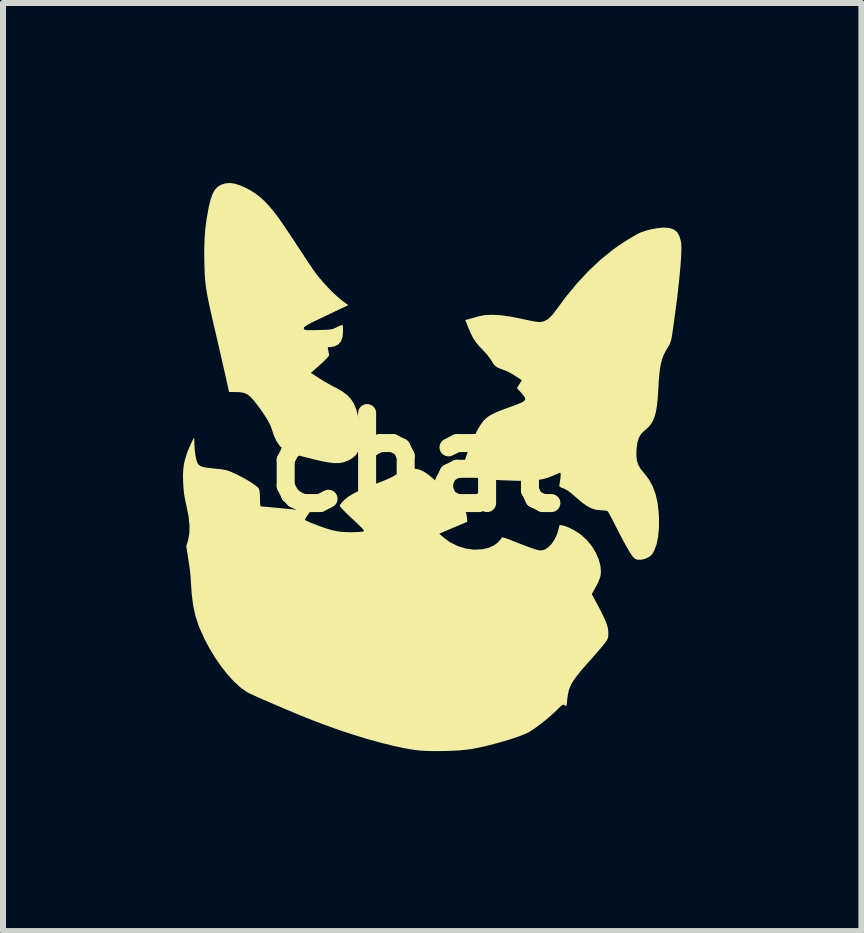
<source format=kicad_pcb>
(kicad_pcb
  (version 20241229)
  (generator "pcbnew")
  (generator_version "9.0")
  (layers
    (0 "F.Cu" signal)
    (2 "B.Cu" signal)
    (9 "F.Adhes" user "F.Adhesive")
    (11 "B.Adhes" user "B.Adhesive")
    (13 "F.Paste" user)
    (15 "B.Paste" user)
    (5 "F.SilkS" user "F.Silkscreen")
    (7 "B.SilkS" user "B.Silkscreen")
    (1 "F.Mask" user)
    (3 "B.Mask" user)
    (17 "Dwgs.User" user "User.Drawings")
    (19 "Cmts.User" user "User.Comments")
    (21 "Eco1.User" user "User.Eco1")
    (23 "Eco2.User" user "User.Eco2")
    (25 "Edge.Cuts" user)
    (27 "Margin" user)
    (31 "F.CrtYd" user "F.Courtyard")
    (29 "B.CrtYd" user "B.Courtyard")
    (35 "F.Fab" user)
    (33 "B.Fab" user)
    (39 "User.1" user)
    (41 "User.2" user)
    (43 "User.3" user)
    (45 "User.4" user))
  (footprint "chat"
    (layer "F.Cu")
    (at 3.855 4.657)
    (property "Reference" "chat" (at 0 0 0) (layer "F.SilkS") (effects (font (size 1.5 1.5) (thickness 0.3))))
    (attr board_only exclude_from_pos_files exclude_from_bom)
    (fp_poly (pts (xy -2.99 -4.645) (xy -2.891 -4.612) (xy -2.824 -4.583) (xy -2.735 -4.536) (xy -2.652 -4.484) (xy -2.573 -4.424) (xy -2.495 -4.354) (xy -2.417 -4.271) (xy -2.336 -4.173) (xy -2.248 -4.056) (xy -2.153 -3.918) (xy -2.081 -3.81) (xy -1.99 -3.673) (xy -1.914 -3.557) (xy -1.85 -3.46) (xy -1.798 -3.38) (xy -1.754 -3.315) (xy -1.718 -3.262) (xy -1.689 -3.219) (xy -1.664 -3.184) (xy -1.643 -3.155) (xy -1.623 -3.129) (xy -1.603 -3.103) (xy -1.59 -3.087) (xy -1.519 -3.002) (xy -1.438 -2.915) (xy -1.355 -2.83) (xy -1.274 -2.756) (xy -1.202 -2.696) (xy -1.19 -2.687) (xy -1.099 -2.621) (xy -1.238 -2.555) (xy -1.379 -2.488) (xy -1.497 -2.432) (xy -1.593 -2.386) (xy -1.67 -2.349) (xy -1.729 -2.319) (xy -1.774 -2.295) (xy -1.805 -2.277) (xy -1.825 -2.262) (xy -1.837 -2.251) (xy -1.841 -2.242) (xy -1.841 -2.233) (xy -1.841 -2.232) (xy -1.837 -2.22) (xy -1.829 -2.212) (xy -1.814 -2.207) (xy -1.786 -2.204) (xy -1.743 -2.204) (xy -1.678 -2.204) (xy -1.604 -2.206) (xy -1.519 -2.208) (xy -1.455 -2.21) (xy -1.409 -2.214) (xy -1.374 -2.22) (xy -1.344 -2.229) (xy -1.314 -2.242) (xy -1.288 -2.254) (xy -1.244 -2.275) (xy -1.21 -2.288) (xy -1.194 -2.291) (xy -1.194 -2.291) (xy -1.19 -2.274) (xy -1.188 -2.237) (xy -1.187 -2.187) (xy -1.187 -2.184) (xy -1.195 -2.089) (xy -1.222 -2.017) (xy -1.266 -1.965) (xy -1.329 -1.934) (xy -1.376 -1.925) (xy -1.442 -1.918) (xy -1.433 -1.866) (xy -1.425 -1.826) (xy -1.419 -1.794) (xy -1.418 -1.792) (xy -1.425 -1.773) (xy -1.453 -1.739) (xy -1.503 -1.689) (xy -1.567 -1.63) (xy -1.723 -1.491) (xy -1.585 -1.402) (xy -1.511 -1.356) (xy -1.424 -1.306) (xy -1.341 -1.261) (xy -1.304 -1.242) (xy -1.205 -1.187) (xy -1.123 -1.126) (xy -1.057 -1.058) (xy -1.005 -0.977) (xy -0.966 -0.88) (xy -0.936 -0.765) (xy -0.913 -0.627) (xy -0.904 -0.542) (xy -0.897 -0.462) (xy -0.895 -0.402) (xy -0.897 -0.352) (xy -0.903 -0.303) (xy -0.91 -0.269) (xy -0.933 -0.19) (xy -0.968 -0.128) (xy -1.019 -0.079) (xy -1.093 -0.034) (xy -1.109 -0.027) (xy -1.178 -0.001) (xy -1.253 0.012) (xy -1.341 0.012) (xy -1.447 -0.001) (xy -1.478 -0.007) (xy -1.533 -0.018) (xy -1.605 -0.034) (xy -1.688 -0.054) (xy -1.775 -0.076) (xy -1.863 -0.098) (xy -1.944 -0.12) (xy -2.013 -0.139) (xy -2.065 -0.155) (xy -2.09 -0.164) (xy -2.171 -0.209) (xy -2.239 -0.271) (xy -2.296 -0.353) (xy -2.344 -0.457) (xy -2.379 -0.566) (xy -2.4 -0.62) (xy -2.437 -0.69) (xy -2.486 -0.771) (xy -2.544 -0.858) (xy -2.609 -0.948) (xy -2.668 -1.023) (xy -2.726 -1.088) (xy -2.779 -1.131) (xy -2.836 -1.157) (xy -2.905 -1.17) (xy -2.974 -1.172) (xy -3.087 -1.173) (xy -3.141 -1.416) (xy -3.157 -1.488) (xy -3.178 -1.581) (xy -3.204 -1.693) (xy -3.232 -1.816) (xy -3.262 -1.947) (xy -3.293 -2.081) (xy -3.32 -2.197) (xy -3.358 -2.361) (xy -3.39 -2.502) (xy -3.417 -2.623) (xy -3.438 -2.727) (xy -3.455 -2.819) (xy -3.469 -2.901) (xy -3.479 -2.978) (xy -3.486 -3.053) (xy -3.492 -3.13) (xy -3.495 -3.213) (xy -3.498 -3.305) (xy -3.499 -3.355) (xy -3.501 -3.551) (xy -3.495 -3.727) (xy -3.483 -3.893) (xy -3.461 -4.057) (xy -3.431 -4.227) (xy -3.426 -4.254) (xy -3.397 -4.373) (xy -3.365 -4.467) (xy -3.326 -4.539) (xy -3.279 -4.591) (xy -3.221 -4.627) (xy -3.156 -4.649) (xy -3.077 -4.657)) (stroke (width 0) (type solid)) (fill yes) (layer "F.SilkS"))
    (fp_poly (pts (xy 4.257 -3.906) (xy 4.329 -3.881) (xy 4.382 -3.838) (xy 4.419 -3.774) (xy 4.444 -3.687) (xy 4.449 -3.656) (xy 4.453 -3.595) (xy 4.452 -3.508) (xy 4.447 -3.397) (xy 4.437 -3.264) (xy 4.423 -3.111) (xy 4.405 -2.94) (xy 4.384 -2.753) (xy 4.358 -2.552) (xy 4.329 -2.338) (xy 4.308 -2.191) (xy 4.296 -2.111) (xy 4.285 -2.053) (xy 4.273 -2.01) (xy 4.259 -1.974) (xy 4.24 -1.938) (xy 4.226 -1.915) (xy 4.188 -1.851) (xy 4.157 -1.789) (xy 4.133 -1.725) (xy 4.114 -1.654) (xy 4.098 -1.571) (xy 4.086 -1.473) (xy 4.076 -1.355) (xy 4.068 -1.225) (xy 4.059 -1.077) (xy 4.046 -0.953) (xy 4.03 -0.85) (xy 4.008 -0.766) (xy 3.981 -0.696) (xy 3.947 -0.638) (xy 3.904 -0.587) (xy 3.852 -0.54) (xy 3.84 -0.531) (xy 3.783 -0.476) (xy 3.743 -0.408) (xy 3.718 -0.323) (xy 3.705 -0.217) (xy 3.704 -0.203) (xy 3.703 -0.104) (xy 3.713 -0.024) (xy 3.737 0.046) (xy 3.776 0.112) (xy 3.829 0.177) (xy 3.912 0.285) (xy 3.976 0.403) (xy 4.024 0.533) (xy 4.057 0.681) (xy 4.075 0.849) (xy 4.079 0.916) (xy 4.079 1.088) (xy 4.065 1.24) (xy 4.038 1.37) (xy 3.998 1.476) (xy 3.966 1.531) (xy 3.921 1.573) (xy 3.858 1.605) (xy 3.787 1.622) (xy 3.757 1.624) (xy 3.711 1.621) (xy 3.678 1.605) (xy 3.648 1.579) (xy 3.622 1.544) (xy 3.585 1.486) (xy 3.538 1.405) (xy 3.481 1.302) (xy 3.417 1.179) (xy 3.344 1.038) (xy 3.32 0.99) (xy 3.288 0.927) (xy 3.258 0.873) (xy 3.235 0.833) (xy 3.221 0.813) (xy 3.219 0.811) (xy 3.197 0.806) (xy 3.156 0.801) (xy 3.106 0.798) (xy 3.03 0.79) (xy 2.957 0.768) (xy 2.882 0.73) (xy 2.801 0.673) (xy 2.71 0.597) (xy 2.695 0.583) (xy 2.622 0.519) (xy 2.562 0.474) (xy 2.512 0.445) (xy 2.486 0.433) (xy 2.444 0.418) (xy 2.423 0.404) (xy 2.418 0.387) (xy 2.421 0.363) (xy 2.435 0.278) (xy 2.441 0.219) (xy 2.44 0.184) (xy 2.433 0.173) (xy 2.428 0.173) (xy 2.406 0.183) (xy 2.366 0.2) (xy 2.317 0.221) (xy 2.308 0.225) (xy 2.23 0.255) (xy 2.149 0.278) (xy 2.062 0.294) (xy 1.962 0.303) (xy 1.847 0.308) (xy 1.71 0.307) (xy 1.646 0.305) (xy 1.506 0.3) (xy 1.39 0.295) (xy 1.294 0.289) (xy 1.215 0.281) (xy 1.149 0.271) (xy 1.092 0.258) (xy 1.039 0.243) (xy 0.991 0.226) (xy 0.922 0.196) (xy 0.872 0.166) (xy 0.84 0.131) (xy 0.827 0.087) (xy 0.829 0.031) (xy 0.846 -0.042) (xy 0.878 -0.136) (xy 0.883 -0.15) (xy 0.939 -0.295) (xy 0.996 -0.424) (xy 1.051 -0.535) (xy 1.104 -0.625) (xy 1.152 -0.69) (xy 1.154 -0.692) (xy 1.193 -0.731) (xy 1.237 -0.766) (xy 1.291 -0.799) (xy 1.359 -0.832) (xy 1.445 -0.867) (xy 1.552 -0.907) (xy 1.586 -0.919) (xy 1.678 -0.952) (xy 1.747 -0.979) (xy 1.795 -1) (xy 1.826 -1.019) (xy 1.844 -1.036) (xy 1.85 -1.053) (xy 1.851 -1.059) (xy 1.842 -1.082) (xy 1.818 -1.118) (xy 1.784 -1.159) (xy 1.781 -1.162) (xy 1.712 -1.238) (xy 1.752 -1.303) (xy 1.793 -1.368) (xy 1.688 -1.438) (xy 1.63 -1.474) (xy 1.57 -1.507) (xy 1.518 -1.53) (xy 1.509 -1.533) (xy 1.434 -1.56) (xy 1.381 -1.585) (xy 1.342 -1.614) (xy 1.312 -1.652) (xy 1.289 -1.691) (xy 1.258 -1.738) (xy 1.214 -1.795) (xy 1.164 -1.851) (xy 1.144 -1.872) (xy 1.077 -1.942) (xy 1.024 -2.007) (xy 0.98 -2.075) (xy 0.94 -2.155) (xy 0.905 -2.237) (xy 0.85 -2.373) (xy 0.909 -2.388) (xy 0.953 -2.4) (xy 1.012 -2.417) (xy 1.067 -2.433) (xy 1.17 -2.454) (xy 1.293 -2.46) (xy 1.437 -2.453) (xy 1.603 -2.43) (xy 1.791 -2.393) (xy 1.862 -2.377) (xy 1.934 -2.362) (xy 2.002 -2.349) (xy 2.059 -2.341) (xy 2.092 -2.338) (xy 2.161 -2.35) (xy 2.227 -2.386) (xy 2.293 -2.448) (xy 2.342 -2.51) (xy 2.532 -2.765) (xy 2.722 -2.994) (xy 2.914 -3.199) (xy 3.109 -3.381) (xy 3.309 -3.543) (xy 3.317 -3.549) (xy 3.39 -3.602) (xy 3.473 -3.657) (xy 3.558 -3.711) (xy 3.641 -3.761) (xy 3.714 -3.803) (xy 3.772 -3.832) (xy 3.782 -3.836) (xy 3.862 -3.863) (xy 3.957 -3.887) (xy 4.056 -3.904) (xy 4.145 -3.913) (xy 4.164 -3.913)) (stroke (width 0) (type solid)) (fill yes) (layer "F.SilkS"))
    (fp_poly (pts (xy -3.667 -0.397) (xy -3.666 -0.362) (xy -3.664 -0.313) (xy -3.664 -0.3) (xy -3.659 -0.208) (xy -3.648 -0.12) (xy -3.632 -0.044) (xy -3.613 0.011) (xy -3.613 0.011) (xy -3.594 0.04) (xy -3.566 0.061) (xy -3.524 0.076) (xy -3.462 0.088) (xy -3.378 0.098) (xy -3.361 0.1) (xy -3.289 0.107) (xy -3.221 0.115) (xy -3.165 0.124) (xy -3.138 0.129) (xy -3.082 0.147) (xy -3.013 0.176) (xy -2.937 0.212) (xy -2.857 0.254) (xy -2.779 0.298) (xy -2.709 0.341) (xy -2.65 0.382) (xy -2.608 0.416) (xy -2.589 0.439) (xy -2.581 0.47) (xy -2.574 0.522) (xy -2.571 0.586) (xy -2.571 0.604) (xy -2.57 0.661) (xy -2.567 0.705) (xy -2.563 0.73) (xy -2.56 0.734) (xy -2.541 0.735) (xy -2.499 0.739) (xy -2.437 0.744) (xy -2.362 0.751) (xy -2.276 0.759) (xy -2.184 0.768) (xy -2.091 0.777) (xy -2.001 0.786) (xy -1.917 0.795) (xy -1.845 0.802) (xy -1.788 0.808) (xy -1.751 0.813) (xy -1.739 0.815) (xy -1.743 0.828) (xy -1.76 0.856) (xy -1.778 0.882) (xy -1.803 0.918) (xy -1.819 0.946) (xy -1.822 0.956) (xy -1.81 0.967) (xy -1.775 0.984) (xy -1.724 1.007) (xy -1.66 1.032) (xy -1.59 1.059) (xy -1.518 1.084) (xy -1.449 1.107) (xy -1.387 1.126) (xy -1.362 1.132) (xy -1.288 1.148) (xy -1.213 1.158) (xy -1.127 1.163) (xy -1.052 1.164) (xy -0.981 1.163) (xy -0.919 1.16) (xy -0.872 1.156) (xy -0.846 1.151) (xy -0.845 1.151) (xy -0.839 1.143) (xy -0.843 1.131) (xy -0.859 1.11) (xy -0.888 1.079) (xy -0.932 1.035) (xy -0.995 0.976) (xy -1.032 0.942) (xy -1.096 0.882) (xy -1.152 0.827) (xy -1.198 0.78) (xy -1.229 0.746) (xy -1.243 0.726) (xy -1.243 0.724) (xy -1.234 0.704) (xy -1.208 0.671) (xy -1.172 0.632) (xy -1.166 0.626) (xy -1.095 0.569) (xy -0.998 0.511) (xy -0.875 0.45) (xy -0.724 0.388) (xy -0.61 0.345) (xy -0.526 0.313) (xy -0.441 0.277) (xy -0.365 0.241) (xy -0.31 0.21) (xy -0.219 0.159) (xy -0.144 0.124) (xy -0.079 0.106) (xy -0.018 0.102) (xy 0.046 0.111) (xy 0.081 0.12) (xy 0.119 0.134) (xy 0.159 0.154) (xy 0.204 0.183) (xy 0.256 0.222) (xy 0.317 0.274) (xy 0.391 0.34) (xy 0.479 0.423) (xy 0.582 0.522) (xy 0.666 0.604) (xy 0.732 0.67) (xy 0.783 0.723) (xy 0.82 0.766) (xy 0.845 0.802) (xy 0.861 0.835) (xy 0.871 0.867) (xy 0.876 0.902) (xy 0.879 0.93) (xy 0.883 0.991) (xy 0.699 1.069) (xy 0.628 1.099) (xy 0.562 1.127) (xy 0.508 1.15) (xy 0.471 1.165) (xy 0.466 1.168) (xy 0.417 1.189) (xy 0.487 1.251) (xy 0.598 1.333) (xy 0.724 1.395) (xy 0.857 1.436) (xy 0.994 1.455) (xy 1.129 1.449) (xy 1.235 1.426) (xy 1.314 1.392) (xy 1.384 1.344) (xy 1.437 1.288) (xy 1.451 1.266) (xy 1.458 1.256) (xy 1.469 1.251) (xy 1.489 1.253) (xy 1.521 1.263) (xy 1.57 1.281) (xy 1.64 1.308) (xy 1.647 1.311) (xy 1.77 1.359) (xy 1.869 1.397) (xy 1.948 1.426) (xy 2.008 1.446) (xy 2.054 1.46) (xy 2.088 1.467) (xy 2.11 1.469) (xy 2.17 1.456) (xy 2.231 1.418) (xy 2.288 1.361) (xy 2.338 1.287) (xy 2.379 1.201) (xy 2.397 1.143) (xy 2.423 1.043) (xy 2.47 1.051) (xy 2.529 1.067) (xy 2.6 1.098) (xy 2.677 1.138) (xy 2.749 1.184) (xy 2.782 1.209) (xy 2.877 1.295) (xy 2.958 1.394) (xy 3.025 1.502) (xy 3.074 1.614) (xy 3.104 1.724) (xy 3.112 1.829) (xy 3.106 1.887) (xy 3.093 1.931) (xy 3.07 1.989) (xy 3.04 2.051) (xy 3.026 2.076) (xy 2.959 2.197) (xy 3.055 2.373) (xy 3.113 2.484) (xy 3.158 2.575) (xy 3.191 2.649) (xy 3.214 2.712) (xy 3.228 2.766) (xy 3.234 2.816) (xy 3.235 2.844) (xy 3.234 2.894) (xy 3.228 2.929) (xy 3.213 2.962) (xy 3.185 3.002) (xy 3.172 3.018) (xy 3.145 3.053) (xy 3.102 3.105) (xy 3.047 3.168) (xy 2.985 3.24) (xy 2.918 3.316) (xy 2.889 3.348) (xy 2.799 3.45) (xy 2.728 3.537) (xy 2.672 3.611) (xy 2.629 3.678) (xy 2.598 3.741) (xy 2.576 3.804) (xy 2.561 3.871) (xy 2.551 3.946) (xy 2.549 3.967) (xy 2.544 4.019) (xy 2.539 4.049) (xy 2.532 4.059) (xy 2.52 4.056) (xy 2.508 4.049) (xy 2.492 4.041) (xy 2.477 4.04) (xy 2.458 4.051) (xy 2.43 4.076) (xy 2.388 4.118) (xy 2.379 4.127) (xy 2.316 4.186) (xy 2.242 4.252) (xy 2.161 4.318) (xy 2.079 4.382) (xy 2.002 4.438) (xy 1.936 4.482) (xy 1.894 4.506) (xy 1.817 4.54) (xy 1.718 4.577) (xy 1.602 4.616) (xy 1.474 4.654) (xy 1.339 4.692) (xy 1.203 4.726) (xy 1.071 4.756) (xy 0.964 4.777) (xy 0.867 4.79) (xy 0.75 4.801) (xy 0.619 4.808) (xy 0.481 4.812) (xy 0.344 4.813) (xy 0.214 4.811) (xy 0.099 4.804) (xy 0.014 4.795) (xy -0.16 4.766) (xy -0.355 4.724) (xy -0.567 4.671) (xy -0.791 4.609) (xy -1.025 4.537) (xy -1.262 4.459) (xy -1.5 4.373) (xy -1.688 4.302) (xy -1.796 4.259) (xy -1.913 4.211) (xy -2.035 4.161) (xy -2.158 4.109) (xy -2.28 4.057) (xy -2.397 4.007) (xy -2.505 3.96) (xy -2.602 3.917) (xy -2.683 3.88) (xy -2.746 3.851) (xy -2.786 3.83) (xy -2.792 3.827) (xy -2.895 3.754) (xy -3.002 3.656) (xy -3.11 3.539) (xy -3.217 3.404) (xy -3.319 3.256) (xy -3.415 3.098) (xy -3.501 2.934) (xy -3.576 2.766) (xy -3.598 2.712) (xy -3.649 2.554) (xy -3.685 2.385) (xy -3.709 2.199) (xy -3.715 2.112) (xy -3.722 2.011) (xy -3.727 1.93) (xy -3.733 1.86) (xy -3.74 1.795) (xy -3.75 1.725) (xy -3.762 1.643) (xy -3.773 1.571) (xy -3.8 1.397) (xy -3.77 1.298) (xy -3.749 1.186) (xy -3.746 1.054) (xy -3.762 0.901) (xy -3.797 0.727) (xy -3.8 0.713) (xy -3.823 0.607) (xy -3.839 0.51) (xy -3.848 0.409) (xy -3.852 0.335) (xy -3.855 0.222) (xy -3.851 0.127) (xy -3.841 0.042) (xy -3.822 -0.042) (xy -3.797 -0.127) (xy -3.783 -0.168) (xy -3.762 -0.22) (xy -3.738 -0.275) (xy -3.714 -0.328) (xy -3.693 -0.372) (xy -3.677 -0.401) (xy -3.669 -0.41)) (stroke (width 0) (type solid)) (fill yes) (layer "F.SilkS")))
  (gr_rect
    (start -3 -3)
    (end 11.308 12.47)
    (stroke (width 0.1) (type default))
    (fill no)
    (layer "Edge.Cuts")))
</source>
